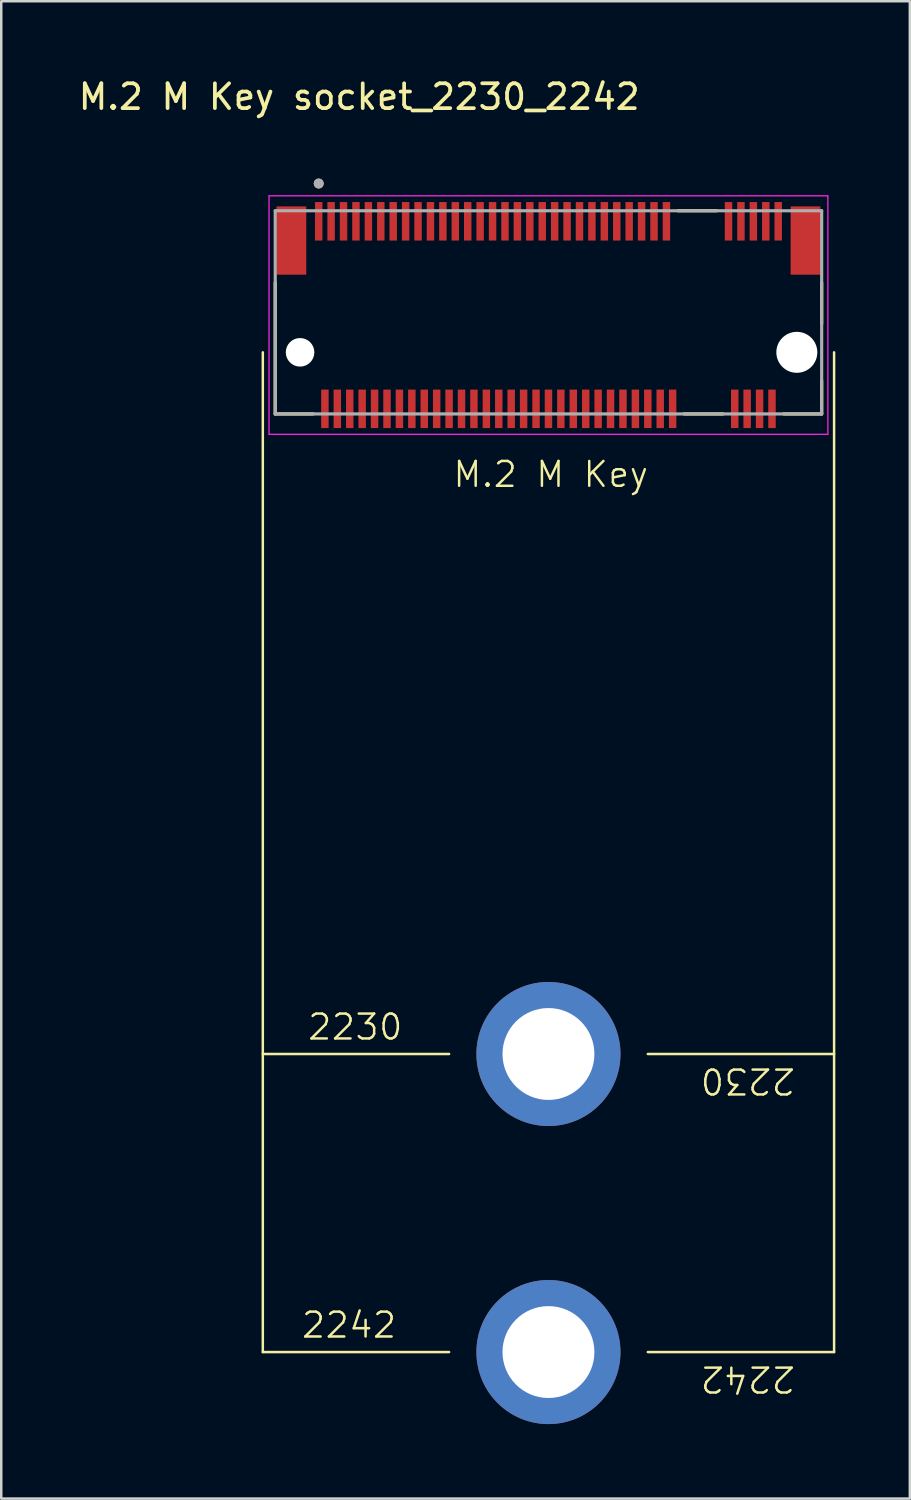
<source format=kicad_pcb>
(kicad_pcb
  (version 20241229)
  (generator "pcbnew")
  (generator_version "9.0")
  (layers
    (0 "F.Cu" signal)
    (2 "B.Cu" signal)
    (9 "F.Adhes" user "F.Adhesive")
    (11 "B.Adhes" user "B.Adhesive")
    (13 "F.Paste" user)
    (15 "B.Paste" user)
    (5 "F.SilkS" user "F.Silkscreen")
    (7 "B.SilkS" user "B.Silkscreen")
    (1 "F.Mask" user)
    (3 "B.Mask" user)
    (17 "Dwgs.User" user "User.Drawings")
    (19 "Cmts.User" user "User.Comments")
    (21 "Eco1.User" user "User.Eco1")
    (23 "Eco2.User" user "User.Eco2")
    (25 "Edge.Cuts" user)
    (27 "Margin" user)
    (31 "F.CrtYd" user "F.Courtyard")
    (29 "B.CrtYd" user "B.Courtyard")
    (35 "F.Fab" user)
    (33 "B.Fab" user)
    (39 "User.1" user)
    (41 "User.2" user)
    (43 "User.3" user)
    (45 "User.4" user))
  (footprint "M.2 M Key socket_2230_2242"
    (layer "F.Cu")
    (at 19.031 11.135)
    (property "Reference" "M.2 M Key socket_2230_2242" (at -7.62 -10.287 0) (layer "F.SilkS") (effects (font (size 1 1) (thickness 0.15))))
    (fp_line (start -11.5 0) (end -11.5 40.25) (stroke (width 0.1) (type default)) (layer "F.SilkS"))
    (fp_line (start -11.5 28.25) (end -4 28.25) (stroke (width 0.1) (type default)) (layer "F.SilkS"))
    (fp_line (start -11.5 40.25) (end -4 40.25) (stroke (width 0.1) (type default)) (layer "F.SilkS"))
    (fp_line (start -11 2.48) (end -11 -2.805) (stroke (width 0.127) (type solid)) (layer "F.SilkS"))
    (fp_line (start -9.47 2.48) (end -11 2.48) (stroke (width 0.127) (type solid)) (layer "F.SilkS"))
    (fp_line (start 4 28.25) (end 11.5 28.25) (stroke (width 0.1) (type default)) (layer "F.SilkS"))
    (fp_line (start 4 40.25) (end 11.5 40.25) (stroke (width 0.1) (type default)) (layer "F.SilkS"))
    (fp_line (start 5.213 -5.7) (end 6.777 -5.7) (stroke (width 0.127) (type solid)) (layer "F.SilkS"))
    (fp_line (start 5.463 2.48) (end 7.027 2.48) (stroke (width 0.127) (type solid)) (layer "F.SilkS"))
    (fp_line (start 11 -2.805) (end 11 -1.145) (stroke (width 0.127) (type solid)) (layer "F.SilkS"))
    (fp_line (start 11 2.48) (end 9.47 2.48) (stroke (width 0.127) (type solid)) (layer "F.SilkS"))
    (fp_line (start 11 2.48) (end 11 1.145) (stroke (width 0.127) (type solid)) (layer "F.SilkS"))
    (fp_line (start 11.5 40.25) (end 11.5 0) (stroke (width 0.1) (type default)) (layer "F.SilkS"))
    (fp_circle (center -9.25 -6.796) (end -9.15 -6.796) (stroke (width 0.2) (type solid)) (fill no) (layer "F.SilkS"))
    (fp_line (start -11.25 -6.3) (end -11.25 3.3) (stroke (width 0.05) (type solid)) (layer "F.CrtYd"))
    (fp_line (start -11.25 3.3) (end 11.25 3.3) (stroke (width 0.05) (type solid)) (layer "F.CrtYd"))
    (fp_line (start 11.25 -6.3) (end -11.25 -6.3) (stroke (width 0.05) (type solid)) (layer "F.CrtYd"))
    (fp_line (start 11.25 3.3) (end 11.25 -6.3) (stroke (width 0.05) (type solid)) (layer "F.CrtYd"))
    (fp_line (start -11 -5.7) (end 11 -5.7) (stroke (width 0.127) (type solid)) (layer "F.Fab"))
    (fp_line (start -11 2.48) (end -11 -5.7) (stroke (width 0.127) (type solid)) (layer "F.Fab"))
    (fp_line (start 11 -5.7) (end 11 2.48) (stroke (width 0.127) (type solid)) (layer "F.Fab"))
    (fp_line (start 11 2.48) (end -11 2.48) (stroke (width 0.127) (type solid)) (layer "F.Fab"))
    (fp_circle (center -9.25 -6.796) (end -9.15 -6.796) (stroke (width 0.2) (type solid)) (fill no) (layer "F.Fab"))
    (fp_text user "M.2 M Key" (at -3.9 5.5 0) (unlocked yes) (layer "F.SilkS") (effects (font (size 1 1) (thickness 0.1)) (justify left bottom)))
    (fp_text user "2230" (at 10 28.75 180) (unlocked yes) (layer "F.SilkS") (effects (font (size 1 1) (thickness 0.1)) (justify left bottom)))
    (fp_text user "2242" (at -10 39.75 0) (unlocked yes) (layer "F.SilkS") (effects (font (size 1 1) (thickness 0.1)) (justify left bottom)))
    (fp_text user "2242" (at 10 40.75 180) (unlocked yes) (layer "F.SilkS") (effects (font (size 1 1) (thickness 0.1)) (justify left bottom)))
    (fp_text user "2230" (at -9.75 27.75 0) (unlocked yes) (layer "F.SilkS") (effects (font (size 1 1) (thickness 0.1)) (justify left bottom)))
    (pad "" np_thru_hole circle (at -10 0) (size 1.15 1.15) (drill 1.15) (layers "*.Cu" "*.Mask"))
    (pad "" np_thru_hole circle (at 10 0) (size 1.65 1.65) (drill 1.65) (layers "*.Cu" "*.Mask"))
    (pad "1" smd rect (at -9.25 -5.275) (size 0.3 1.55) (layers "F.Cu" "F.Mask" "F.Paste"))
    (pad "2" smd rect (at -9 2.275) (size 0.3 1.55) (layers "F.Cu" "F.Mask" "F.Paste"))
    (pad "3" smd rect (at -8.75 -5.275) (size 0.3 1.55) (layers "F.Cu" "F.Mask" "F.Paste"))
    (pad "4" smd rect (at -8.5 2.275) (size 0.3 1.55) (layers "F.Cu" "F.Mask" "F.Paste"))
    (pad "5" smd rect (at -8.25 -5.275) (size 0.3 1.55) (layers "F.Cu" "F.Mask" "F.Paste"))
    (pad "6" smd rect (at -8 2.275) (size 0.3 1.55) (layers "F.Cu" "F.Mask" "F.Paste"))
    (pad "7" smd rect (at -7.75 -5.275) (size 0.3 1.55) (layers "F.Cu" "F.Mask" "F.Paste"))
    (pad "8" smd rect (at -7.5 2.275) (size 0.3 1.55) (layers "F.Cu" "F.Mask" "F.Paste"))
    (pad "9" smd rect (at -7.25 -5.275) (size 0.3 1.55) (layers "F.Cu" "F.Mask" "F.Paste"))
    (pad "10" smd rect (at -7 2.275) (size 0.3 1.55) (layers "F.Cu" "F.Mask" "F.Paste"))
    (pad "11" smd rect (at -6.75 -5.275) (size 0.3 1.55) (layers "F.Cu" "F.Mask" "F.Paste"))
    (pad "12" smd rect (at -6.5 2.275) (size 0.3 1.55) (layers "F.Cu" "F.Mask" "F.Paste"))
    (pad "13" smd rect (at -6.25 -5.275) (size 0.3 1.55) (layers "F.Cu" "F.Mask" "F.Paste"))
    (pad "14" smd rect (at -6 2.275) (size 0.3 1.55) (layers "F.Cu" "F.Mask" "F.Paste"))
    (pad "15" smd rect (at -5.75 -5.275) (size 0.3 1.55) (layers "F.Cu" "F.Mask" "F.Paste"))
    (pad "16" smd rect (at -5.5 2.275) (size 0.3 1.55) (layers "F.Cu" "F.Mask" "F.Paste"))
    (pad "17" smd rect (at -5.25 -5.275) (size 0.3 1.55) (layers "F.Cu" "F.Mask" "F.Paste"))
    (pad "18" smd rect (at -5 2.275) (size 0.3 1.55) (layers "F.Cu" "F.Mask" "F.Paste"))
    (pad "19" smd rect (at -4.75 -5.275) (size 0.3 1.55) (layers "F.Cu" "F.Mask" "F.Paste"))
    (pad "20" smd rect (at -4.5 2.275) (size 0.3 1.55) (layers "F.Cu" "F.Mask" "F.Paste"))
    (pad "21" smd rect (at -4.25 -5.275) (size 0.3 1.55) (layers "F.Cu" "F.Mask" "F.Paste"))
    (pad "22" smd rect (at -4 2.275) (size 0.3 1.55) (layers "F.Cu" "F.Mask" "F.Paste"))
    (pad "23" smd rect (at -3.75 -5.275) (size 0.3 1.55) (layers "F.Cu" "F.Mask" "F.Paste"))
    (pad "24" smd rect (at -3.5 2.275) (size 0.3 1.55) (layers "F.Cu" "F.Mask" "F.Paste"))
    (pad "25" smd rect (at -3.25 -5.275) (size 0.3 1.55) (layers "F.Cu" "F.Mask" "F.Paste"))
    (pad "26" smd rect (at -3 2.275) (size 0.3 1.55) (layers "F.Cu" "F.Mask" "F.Paste"))
    (pad "27" smd rect (at -2.75 -5.275) (size 0.3 1.55) (layers "F.Cu" "F.Mask" "F.Paste"))
    (pad "28" smd rect (at -2.5 2.275) (size 0.3 1.55) (layers "F.Cu" "F.Mask" "F.Paste"))
    (pad "29" smd rect (at -2.25 -5.275) (size 0.3 1.55) (layers "F.Cu" "F.Mask" "F.Paste"))
    (pad "30" smd rect (at -2 2.275) (size 0.3 1.55) (layers "F.Cu" "F.Mask" "F.Paste"))
    (pad "31" smd rect (at -1.75 -5.275) (size 0.3 1.55) (layers "F.Cu" "F.Mask" "F.Paste"))
    (pad "32" smd rect (at -1.5 2.275) (size 0.3 1.55) (layers "F.Cu" "F.Mask" "F.Paste"))
    (pad "33" smd rect (at -1.25 -5.275) (size 0.3 1.55) (layers "F.Cu" "F.Mask" "F.Paste"))
    (pad "34" smd rect (at -1 2.275) (size 0.3 1.55) (layers "F.Cu" "F.Mask" "F.Paste"))
    (pad "35" smd rect (at -0.75 -5.275) (size 0.3 1.55) (layers "F.Cu" "F.Mask" "F.Paste"))
    (pad "36" smd rect (at -0.5 2.275) (size 0.3 1.55) (layers "F.Cu" "F.Mask" "F.Paste"))
    (pad "37" smd rect (at -0.25 -5.275) (size 0.3 1.55) (layers "F.Cu" "F.Mask" "F.Paste"))
    (pad "38" smd rect (at 0 2.275) (size 0.3 1.55) (layers "F.Cu" "F.Mask" "F.Paste"))
    (pad "39" smd rect (at 0.25 -5.275) (size 0.3 1.55) (layers "F.Cu" "F.Mask" "F.Paste"))
    (pad "40" smd rect (at 0.5 2.275) (size 0.3 1.55) (layers "F.Cu" "F.Mask" "F.Paste"))
    (pad "41" smd rect (at 0.75 -5.275) (size 0.3 1.55) (layers "F.Cu" "F.Mask" "F.Paste"))
    (pad "42" smd rect (at 1 2.275) (size 0.3 1.55) (layers "F.Cu" "F.Mask" "F.Paste"))
    (pad "43" smd rect (at 1.25 -5.275) (size 0.3 1.55) (layers "F.Cu" "F.Mask" "F.Paste"))
    (pad "44" smd rect (at 1.5 2.275) (size 0.3 1.55) (layers "F.Cu" "F.Mask" "F.Paste"))
    (pad "45" smd rect (at 1.75 -5.275) (size 0.3 1.55) (layers "F.Cu" "F.Mask" "F.Paste"))
    (pad "46" smd rect (at 2 2.275) (size 0.3 1.55) (layers "F.Cu" "F.Mask" "F.Paste"))
    (pad "47" smd rect (at 2.25 -5.275) (size 0.3 1.55) (layers "F.Cu" "F.Mask" "F.Paste"))
    (pad "48" smd rect (at 2.5 2.275) (size 0.3 1.55) (layers "F.Cu" "F.Mask" "F.Paste"))
    (pad "49" smd rect (at 2.75 -5.275) (size 0.3 1.55) (layers "F.Cu" "F.Mask" "F.Paste"))
    (pad "50" smd rect (at 3 2.275) (size 0.3 1.55) (layers "F.Cu" "F.Mask" "F.Paste"))
    (pad "51" smd rect (at 3.25 -5.275) (size 0.3 1.55) (layers "F.Cu" "F.Mask" "F.Paste"))
    (pad "52" smd rect (at 3.5 2.275) (size 0.3 1.55) (layers "F.Cu" "F.Mask" "F.Paste"))
    (pad "53" smd rect (at 3.75 -5.275) (size 0.3 1.55) (layers "F.Cu" "F.Mask" "F.Paste"))
    (pad "54" smd rect (at 4 2.275) (size 0.3 1.55) (layers "F.Cu" "F.Mask" "F.Paste"))
    (pad "55" smd rect (at 4.25 -5.275) (size 0.3 1.55) (layers "F.Cu" "F.Mask" "F.Paste"))
    (pad "56" smd rect (at 4.5 2.275) (size 0.3 1.55) (layers "F.Cu" "F.Mask" "F.Paste"))
    (pad "57" smd rect (at 4.75 -5.275) (size 0.3 1.55) (layers "F.Cu" "F.Mask" "F.Paste"))
    (pad "58" smd rect (at 5 2.275) (size 0.3 1.55) (layers "F.Cu" "F.Mask" "F.Paste"))
    (pad "67" smd rect (at 7.25 -5.275) (size 0.3 1.55) (layers "F.Cu" "F.Mask" "F.Paste"))
    (pad "68" smd rect (at 7.5 2.275) (size 0.3 1.55) (layers "F.Cu" "F.Mask" "F.Paste"))
    (pad "69" smd rect (at 7.75 -5.275) (size 0.3 1.55) (layers "F.Cu" "F.Mask" "F.Paste"))
    (pad "70" smd rect (at 8 2.275) (size 0.3 1.55) (layers "F.Cu" "F.Mask" "F.Paste"))
    (pad "71" smd rect (at 8.25 -5.275) (size 0.3 1.55) (layers "F.Cu" "F.Mask" "F.Paste"))
    (pad "72" smd rect (at 8.5 2.275) (size 0.3 1.55) (layers "F.Cu" "F.Mask" "F.Paste"))
    (pad "73" smd rect (at 8.75 -5.275) (size 0.3 1.55) (layers "F.Cu" "F.Mask" "F.Paste"))
    (pad "74" smd rect (at 9 2.275) (size 0.3 1.55) (layers "F.Cu" "F.Mask" "F.Paste"))
    (pad "75" smd rect (at 9.25 -5.275) (size 0.3 1.55) (layers "F.Cu" "F.Mask" "F.Paste"))
    (pad "M1" thru_hole circle (at 0 28.25) (size 5.8 5.8) (drill 3.7) (layers "*.Cu" "*.Mask"))
    (pad "M2" thru_hole circle (at 0 40.25) (size 5.8 5.8) (drill 3.7) (layers "*.Cu" "*.Mask"))
    (pad "S1" smd rect (at -10.35 -4.5) (size 1.2 2.75) (layers "F.Cu" "F.Mask" "F.Paste"))
    (pad "S2" smd rect (at 10.35 -4.5) (size 1.2 2.75) (layers "F.Cu" "F.Mask" "F.Paste")))
  (gr_rect
    (start -3 -3)
    (end 33.581 57.285)
    (stroke (width 0.1) (type default))
    (fill no)
    (layer "Edge.Cuts")))
</source>
